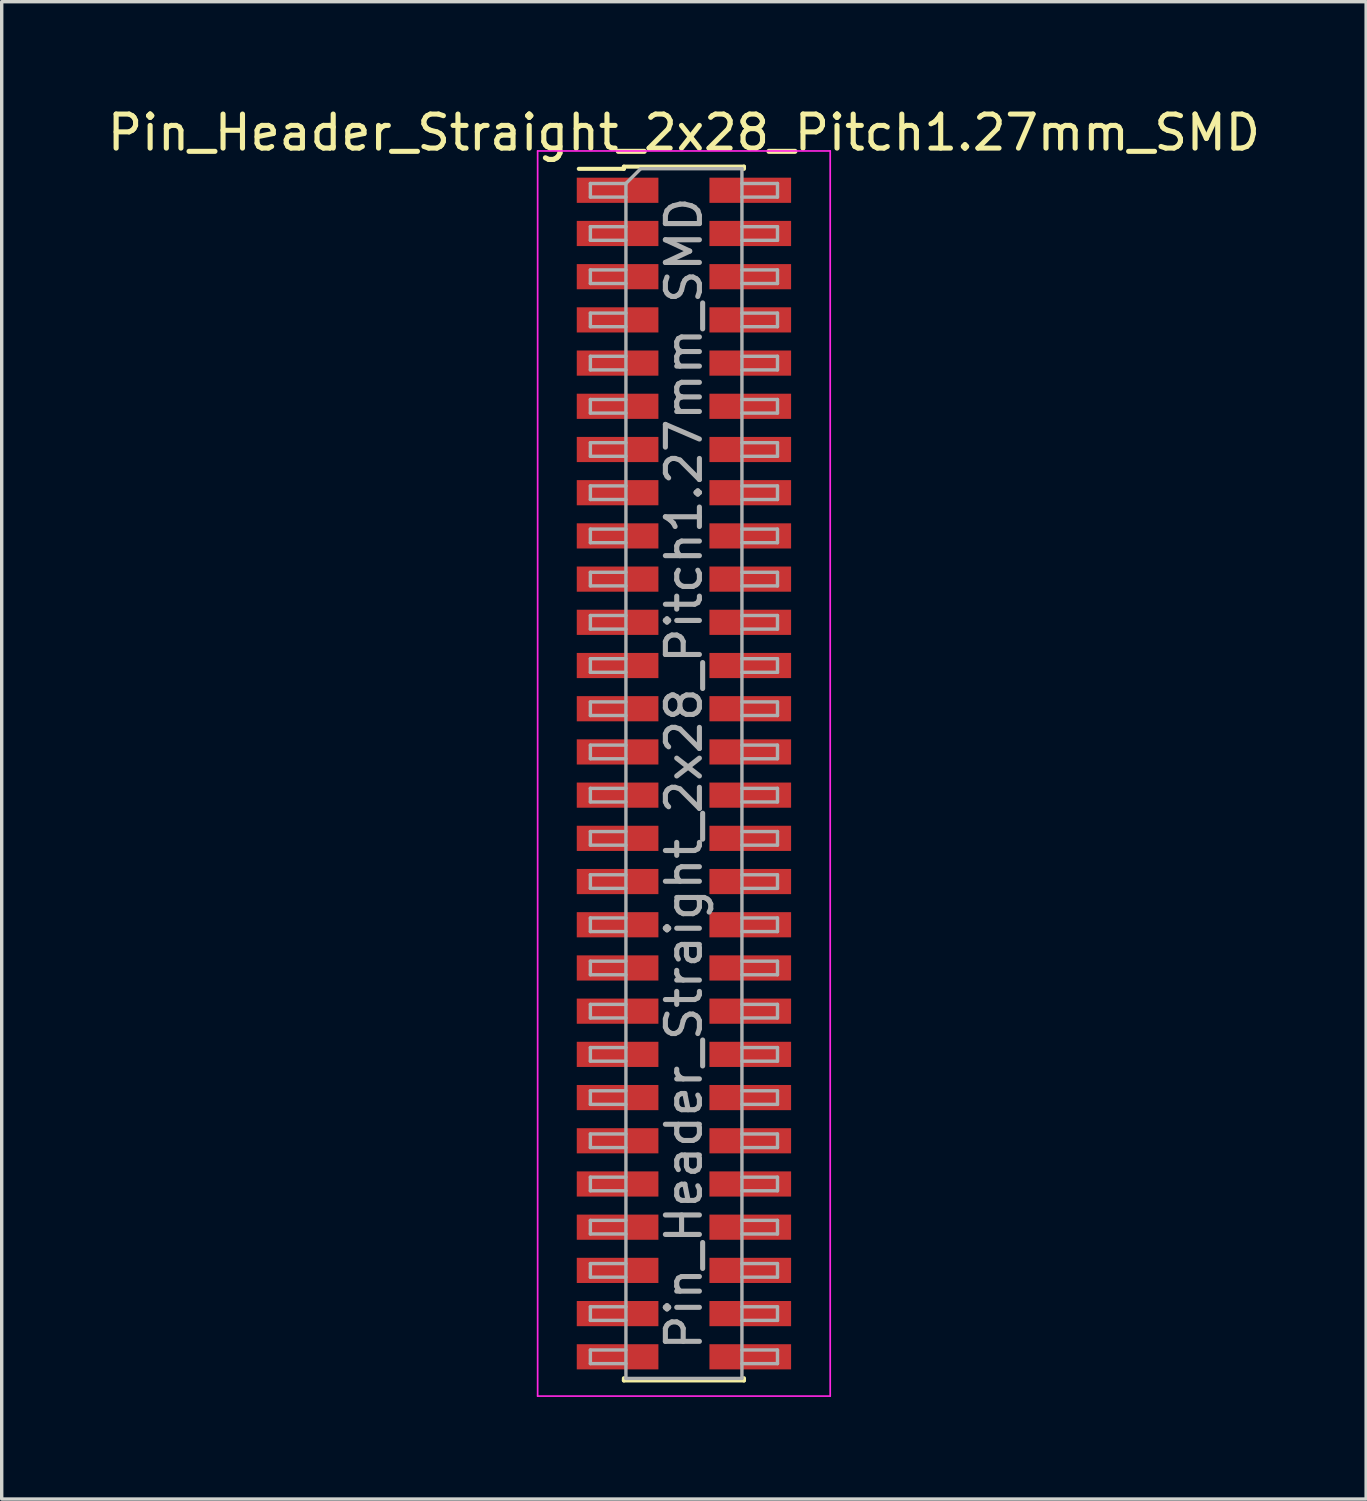
<source format=kicad_pcb>
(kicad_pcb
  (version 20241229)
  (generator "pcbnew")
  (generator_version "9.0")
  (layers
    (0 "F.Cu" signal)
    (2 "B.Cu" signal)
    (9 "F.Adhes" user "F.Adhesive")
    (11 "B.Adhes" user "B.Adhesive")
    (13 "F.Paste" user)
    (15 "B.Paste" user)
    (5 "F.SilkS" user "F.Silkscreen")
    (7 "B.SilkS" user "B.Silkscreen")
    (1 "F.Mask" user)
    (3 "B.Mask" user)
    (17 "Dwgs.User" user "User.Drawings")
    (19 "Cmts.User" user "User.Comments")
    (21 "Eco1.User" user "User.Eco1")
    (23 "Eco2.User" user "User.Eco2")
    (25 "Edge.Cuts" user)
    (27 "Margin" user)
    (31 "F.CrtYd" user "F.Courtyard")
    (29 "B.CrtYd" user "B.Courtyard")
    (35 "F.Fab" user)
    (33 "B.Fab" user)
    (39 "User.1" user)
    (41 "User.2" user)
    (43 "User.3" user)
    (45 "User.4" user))
  (footprint "Pin_Header_Straight_2x28_Pitch1.27mm_SMD"
    (layer "F.Cu")
    (at 17.054 19.688)
    (property "Reference" "Pin_Header_Straight_2x28_Pitch1.27mm_SMD" (at 0 -18.84 0) (layer "F.SilkS") (effects (font (size 1 1) (thickness 0.15))))
    (attr smd)
    (fp_line (start -3.09 -17.775) (end -1.765 -17.775) (stroke (width 0.12) (type solid)) (layer "F.SilkS"))
    (fp_line (start -1.765 -17.84) (end -1.765 -17.775) (stroke (width 0.12) (type solid)) (layer "F.SilkS"))
    (fp_line (start -1.765 -17.84) (end 1.765 -17.84) (stroke (width 0.12) (type solid)) (layer "F.SilkS"))
    (fp_line (start -1.765 17.775) (end -1.765 17.84) (stroke (width 0.12) (type solid)) (layer "F.SilkS"))
    (fp_line (start -1.765 17.84) (end 1.765 17.84) (stroke (width 0.12) (type solid)) (layer "F.SilkS"))
    (fp_line (start 1.765 -17.84) (end 1.765 -17.775) (stroke (width 0.12) (type solid)) (layer "F.SilkS"))
    (fp_line (start 1.765 17.775) (end 1.765 17.84) (stroke (width 0.12) (type solid)) (layer "F.SilkS"))
    (fp_line (start -4.3 -18.3) (end -4.3 18.3) (stroke (width 0.05) (type solid)) (layer "F.CrtYd"))
    (fp_line (start -4.3 18.3) (end 4.3 18.3) (stroke (width 0.05) (type solid)) (layer "F.CrtYd"))
    (fp_line (start 4.3 -18.3) (end -4.3 -18.3) (stroke (width 0.05) (type solid)) (layer "F.CrtYd"))
    (fp_line (start 4.3 18.3) (end 4.3 -18.3) (stroke (width 0.05) (type solid)) (layer "F.CrtYd"))
    (fp_line (start -2.75 -17.345) (end -2.75 -16.945) (stroke (width 0.1) (type solid)) (layer "F.Fab"))
    (fp_line (start -2.75 -16.945) (end -1.705 -16.945) (stroke (width 0.1) (type solid)) (layer "F.Fab"))
    (fp_line (start -2.75 -16.075) (end -2.75 -15.675) (stroke (width 0.1) (type solid)) (layer "F.Fab"))
    (fp_line (start -2.75 -15.675) (end -1.705 -15.675) (stroke (width 0.1) (type solid)) (layer "F.Fab"))
    (fp_line (start -2.75 -14.805) (end -2.75 -14.405) (stroke (width 0.1) (type solid)) (layer "F.Fab"))
    (fp_line (start -2.75 -14.405) (end -1.705 -14.405) (stroke (width 0.1) (type solid)) (layer "F.Fab"))
    (fp_line (start -2.75 -13.535) (end -2.75 -13.135) (stroke (width 0.1) (type solid)) (layer "F.Fab"))
    (fp_line (start -2.75 -13.135) (end -1.705 -13.135) (stroke (width 0.1) (type solid)) (layer "F.Fab"))
    (fp_line (start -2.75 -12.265) (end -2.75 -11.865) (stroke (width 0.1) (type solid)) (layer "F.Fab"))
    (fp_line (start -2.75 -11.865) (end -1.705 -11.865) (stroke (width 0.1) (type solid)) (layer "F.Fab"))
    (fp_line (start -2.75 -10.995) (end -2.75 -10.595) (stroke (width 0.1) (type solid)) (layer "F.Fab"))
    (fp_line (start -2.75 -10.595) (end -1.705 -10.595) (stroke (width 0.1) (type solid)) (layer "F.Fab"))
    (fp_line (start -2.75 -9.725) (end -2.75 -9.325) (stroke (width 0.1) (type solid)) (layer "F.Fab"))
    (fp_line (start -2.75 -9.325) (end -1.705 -9.325) (stroke (width 0.1) (type solid)) (layer "F.Fab"))
    (fp_line (start -2.75 -8.455) (end -2.75 -8.055) (stroke (width 0.1) (type solid)) (layer "F.Fab"))
    (fp_line (start -2.75 -8.055) (end -1.705 -8.055) (stroke (width 0.1) (type solid)) (layer "F.Fab"))
    (fp_line (start -2.75 -7.185) (end -2.75 -6.785) (stroke (width 0.1) (type solid)) (layer "F.Fab"))
    (fp_line (start -2.75 -6.785) (end -1.705 -6.785) (stroke (width 0.1) (type solid)) (layer "F.Fab"))
    (fp_line (start -2.75 -5.915) (end -2.75 -5.515) (stroke (width 0.1) (type solid)) (layer "F.Fab"))
    (fp_line (start -2.75 -5.515) (end -1.705 -5.515) (stroke (width 0.1) (type solid)) (layer "F.Fab"))
    (fp_line (start -2.75 -4.645) (end -2.75 -4.245) (stroke (width 0.1) (type solid)) (layer "F.Fab"))
    (fp_line (start -2.75 -4.245) (end -1.705 -4.245) (stroke (width 0.1) (type solid)) (layer "F.Fab"))
    (fp_line (start -2.75 -3.375) (end -2.75 -2.975) (stroke (width 0.1) (type solid)) (layer "F.Fab"))
    (fp_line (start -2.75 -2.975) (end -1.705 -2.975) (stroke (width 0.1) (type solid)) (layer "F.Fab"))
    (fp_line (start -2.75 -2.105) (end -2.75 -1.705) (stroke (width 0.1) (type solid)) (layer "F.Fab"))
    (fp_line (start -2.75 -1.705) (end -1.705 -1.705) (stroke (width 0.1) (type solid)) (layer "F.Fab"))
    (fp_line (start -2.75 -0.835) (end -2.75 -0.435) (stroke (width 0.1) (type solid)) (layer "F.Fab"))
    (fp_line (start -2.75 -0.435) (end -1.705 -0.435) (stroke (width 0.1) (type solid)) (layer "F.Fab"))
    (fp_line (start -2.75 0.435) (end -2.75 0.835) (stroke (width 0.1) (type solid)) (layer "F.Fab"))
    (fp_line (start -2.75 0.835) (end -1.705 0.835) (stroke (width 0.1) (type solid)) (layer "F.Fab"))
    (fp_line (start -2.75 1.705) (end -2.75 2.105) (stroke (width 0.1) (type solid)) (layer "F.Fab"))
    (fp_line (start -2.75 2.105) (end -1.705 2.105) (stroke (width 0.1) (type solid)) (layer "F.Fab"))
    (fp_line (start -2.75 2.975) (end -2.75 3.375) (stroke (width 0.1) (type solid)) (layer "F.Fab"))
    (fp_line (start -2.75 3.375) (end -1.705 3.375) (stroke (width 0.1) (type solid)) (layer "F.Fab"))
    (fp_line (start -2.75 4.245) (end -2.75 4.645) (stroke (width 0.1) (type solid)) (layer "F.Fab"))
    (fp_line (start -2.75 4.645) (end -1.705 4.645) (stroke (width 0.1) (type solid)) (layer "F.Fab"))
    (fp_line (start -2.75 5.515) (end -2.75 5.915) (stroke (width 0.1) (type solid)) (layer "F.Fab"))
    (fp_line (start -2.75 5.915) (end -1.705 5.915) (stroke (width 0.1) (type solid)) (layer "F.Fab"))
    (fp_line (start -2.75 6.785) (end -2.75 7.185) (stroke (width 0.1) (type solid)) (layer "F.Fab"))
    (fp_line (start -2.75 7.185) (end -1.705 7.185) (stroke (width 0.1) (type solid)) (layer "F.Fab"))
    (fp_line (start -2.75 8.055) (end -2.75 8.455) (stroke (width 0.1) (type solid)) (layer "F.Fab"))
    (fp_line (start -2.75 8.455) (end -1.705 8.455) (stroke (width 0.1) (type solid)) (layer "F.Fab"))
    (fp_line (start -2.75 9.325) (end -2.75 9.725) (stroke (width 0.1) (type solid)) (layer "F.Fab"))
    (fp_line (start -2.75 9.725) (end -1.705 9.725) (stroke (width 0.1) (type solid)) (layer "F.Fab"))
    (fp_line (start -2.75 10.595) (end -2.75 10.995) (stroke (width 0.1) (type solid)) (layer "F.Fab"))
    (fp_line (start -2.75 10.995) (end -1.705 10.995) (stroke (width 0.1) (type solid)) (layer "F.Fab"))
    (fp_line (start -2.75 11.865) (end -2.75 12.265) (stroke (width 0.1) (type solid)) (layer "F.Fab"))
    (fp_line (start -2.75 12.265) (end -1.705 12.265) (stroke (width 0.1) (type solid)) (layer "F.Fab"))
    (fp_line (start -2.75 13.135) (end -2.75 13.535) (stroke (width 0.1) (type solid)) (layer "F.Fab"))
    (fp_line (start -2.75 13.535) (end -1.705 13.535) (stroke (width 0.1) (type solid)) (layer "F.Fab"))
    (fp_line (start -2.75 14.405) (end -2.75 14.805) (stroke (width 0.1) (type solid)) (layer "F.Fab"))
    (fp_line (start -2.75 14.805) (end -1.705 14.805) (stroke (width 0.1) (type solid)) (layer "F.Fab"))
    (fp_line (start -2.75 15.675) (end -2.75 16.075) (stroke (width 0.1) (type solid)) (layer "F.Fab"))
    (fp_line (start -2.75 16.075) (end -1.705 16.075) (stroke (width 0.1) (type solid)) (layer "F.Fab"))
    (fp_line (start -2.75 16.945) (end -2.75 17.345) (stroke (width 0.1) (type solid)) (layer "F.Fab"))
    (fp_line (start -2.75 17.345) (end -1.705 17.345) (stroke (width 0.1) (type solid)) (layer "F.Fab"))
    (fp_line (start -1.705 -17.345) (end -2.75 -17.345) (stroke (width 0.1) (type solid)) (layer "F.Fab"))
    (fp_line (start -1.705 -17.345) (end -1.27 -17.78) (stroke (width 0.1) (type solid)) (layer "F.Fab"))
    (fp_line (start -1.705 -16.075) (end -2.75 -16.075) (stroke (width 0.1) (type solid)) (layer "F.Fab"))
    (fp_line (start -1.705 -14.805) (end -2.75 -14.805) (stroke (width 0.1) (type solid)) (layer "F.Fab"))
    (fp_line (start -1.705 -13.535) (end -2.75 -13.535) (stroke (width 0.1) (type solid)) (layer "F.Fab"))
    (fp_line (start -1.705 -12.265) (end -2.75 -12.265) (stroke (width 0.1) (type solid)) (layer "F.Fab"))
    (fp_line (start -1.705 -10.995) (end -2.75 -10.995) (stroke (width 0.1) (type solid)) (layer "F.Fab"))
    (fp_line (start -1.705 -9.725) (end -2.75 -9.725) (stroke (width 0.1) (type solid)) (layer "F.Fab"))
    (fp_line (start -1.705 -8.455) (end -2.75 -8.455) (stroke (width 0.1) (type solid)) (layer "F.Fab"))
    (fp_line (start -1.705 -7.185) (end -2.75 -7.185) (stroke (width 0.1) (type solid)) (layer "F.Fab"))
    (fp_line (start -1.705 -5.915) (end -2.75 -5.915) (stroke (width 0.1) (type solid)) (layer "F.Fab"))
    (fp_line (start -1.705 -4.645) (end -2.75 -4.645) (stroke (width 0.1) (type solid)) (layer "F.Fab"))
    (fp_line (start -1.705 -3.375) (end -2.75 -3.375) (stroke (width 0.1) (type solid)) (layer "F.Fab"))
    (fp_line (start -1.705 -2.105) (end -2.75 -2.105) (stroke (width 0.1) (type solid)) (layer "F.Fab"))
    (fp_line (start -1.705 -0.835) (end -2.75 -0.835) (stroke (width 0.1) (type solid)) (layer "F.Fab"))
    (fp_line (start -1.705 0.435) (end -2.75 0.435) (stroke (width 0.1) (type solid)) (layer "F.Fab"))
    (fp_line (start -1.705 1.705) (end -2.75 1.705) (stroke (width 0.1) (type solid)) (layer "F.Fab"))
    (fp_line (start -1.705 2.975) (end -2.75 2.975) (stroke (width 0.1) (type solid)) (layer "F.Fab"))
    (fp_line (start -1.705 4.245) (end -2.75 4.245) (stroke (width 0.1) (type solid)) (layer "F.Fab"))
    (fp_line (start -1.705 5.515) (end -2.75 5.515) (stroke (width 0.1) (type solid)) (layer "F.Fab"))
    (fp_line (start -1.705 6.785) (end -2.75 6.785) (stroke (width 0.1) (type solid)) (layer "F.Fab"))
    (fp_line (start -1.705 8.055) (end -2.75 8.055) (stroke (width 0.1) (type solid)) (layer "F.Fab"))
    (fp_line (start -1.705 9.325) (end -2.75 9.325) (stroke (width 0.1) (type solid)) (layer "F.Fab"))
    (fp_line (start -1.705 10.595) (end -2.75 10.595) (stroke (width 0.1) (type solid)) (layer "F.Fab"))
    (fp_line (start -1.705 11.865) (end -2.75 11.865) (stroke (width 0.1) (type solid)) (layer "F.Fab"))
    (fp_line (start -1.705 13.135) (end -2.75 13.135) (stroke (width 0.1) (type solid)) (layer "F.Fab"))
    (fp_line (start -1.705 14.405) (end -2.75 14.405) (stroke (width 0.1) (type solid)) (layer "F.Fab"))
    (fp_line (start -1.705 15.675) (end -2.75 15.675) (stroke (width 0.1) (type solid)) (layer "F.Fab"))
    (fp_line (start -1.705 16.945) (end -2.75 16.945) (stroke (width 0.1) (type solid)) (layer "F.Fab"))
    (fp_line (start -1.705 17.78) (end -1.705 -17.345) (stroke (width 0.1) (type solid)) (layer "F.Fab"))
    (fp_line (start -1.27 -17.78) (end 1.705 -17.78) (stroke (width 0.1) (type solid)) (layer "F.Fab"))
    (fp_line (start 1.705 -17.78) (end 1.705 17.78) (stroke (width 0.1) (type solid)) (layer "F.Fab"))
    (fp_line (start 1.705 -17.345) (end 2.75 -17.345) (stroke (width 0.1) (type solid)) (layer "F.Fab"))
    (fp_line (start 1.705 -16.075) (end 2.75 -16.075) (stroke (width 0.1) (type solid)) (layer "F.Fab"))
    (fp_line (start 1.705 -14.805) (end 2.75 -14.805) (stroke (width 0.1) (type solid)) (layer "F.Fab"))
    (fp_line (start 1.705 -13.535) (end 2.75 -13.535) (stroke (width 0.1) (type solid)) (layer "F.Fab"))
    (fp_line (start 1.705 -12.265) (end 2.75 -12.265) (stroke (width 0.1) (type solid)) (layer "F.Fab"))
    (fp_line (start 1.705 -10.995) (end 2.75 -10.995) (stroke (width 0.1) (type solid)) (layer "F.Fab"))
    (fp_line (start 1.705 -9.725) (end 2.75 -9.725) (stroke (width 0.1) (type solid)) (layer "F.Fab"))
    (fp_line (start 1.705 -8.455) (end 2.75 -8.455) (stroke (width 0.1) (type solid)) (layer "F.Fab"))
    (fp_line (start 1.705 -7.185) (end 2.75 -7.185) (stroke (width 0.1) (type solid)) (layer "F.Fab"))
    (fp_line (start 1.705 -5.915) (end 2.75 -5.915) (stroke (width 0.1) (type solid)) (layer "F.Fab"))
    (fp_line (start 1.705 -4.645) (end 2.75 -4.645) (stroke (width 0.1) (type solid)) (layer "F.Fab"))
    (fp_line (start 1.705 -3.375) (end 2.75 -3.375) (stroke (width 0.1) (type solid)) (layer "F.Fab"))
    (fp_line (start 1.705 -2.105) (end 2.75 -2.105) (stroke (width 0.1) (type solid)) (layer "F.Fab"))
    (fp_line (start 1.705 -0.835) (end 2.75 -0.835) (stroke (width 0.1) (type solid)) (layer "F.Fab"))
    (fp_line (start 1.705 0.435) (end 2.75 0.435) (stroke (width 0.1) (type solid)) (layer "F.Fab"))
    (fp_line (start 1.705 1.705) (end 2.75 1.705) (stroke (width 0.1) (type solid)) (layer "F.Fab"))
    (fp_line (start 1.705 2.975) (end 2.75 2.975) (stroke (width 0.1) (type solid)) (layer "F.Fab"))
    (fp_line (start 1.705 4.245) (end 2.75 4.245) (stroke (width 0.1) (type solid)) (layer "F.Fab"))
    (fp_line (start 1.705 5.515) (end 2.75 5.515) (stroke (width 0.1) (type solid)) (layer "F.Fab"))
    (fp_line (start 1.705 6.785) (end 2.75 6.785) (stroke (width 0.1) (type solid)) (layer "F.Fab"))
    (fp_line (start 1.705 8.055) (end 2.75 8.055) (stroke (width 0.1) (type solid)) (layer "F.Fab"))
    (fp_line (start 1.705 9.325) (end 2.75 9.325) (stroke (width 0.1) (type solid)) (layer "F.Fab"))
    (fp_line (start 1.705 10.595) (end 2.75 10.595) (stroke (width 0.1) (type solid)) (layer "F.Fab"))
    (fp_line (start 1.705 11.865) (end 2.75 11.865) (stroke (width 0.1) (type solid)) (layer "F.Fab"))
    (fp_line (start 1.705 13.135) (end 2.75 13.135) (stroke (width 0.1) (type solid)) (layer "F.Fab"))
    (fp_line (start 1.705 14.405) (end 2.75 14.405) (stroke (width 0.1) (type solid)) (layer "F.Fab"))
    (fp_line (start 1.705 15.675) (end 2.75 15.675) (stroke (width 0.1) (type solid)) (layer "F.Fab"))
    (fp_line (start 1.705 16.945) (end 2.75 16.945) (stroke (width 0.1) (type solid)) (layer "F.Fab"))
    (fp_line (start 1.705 17.78) (end -1.705 17.78) (stroke (width 0.1) (type solid)) (layer "F.Fab"))
    (fp_line (start 2.75 -17.345) (end 2.75 -16.945) (stroke (width 0.1) (type solid)) (layer "F.Fab"))
    (fp_line (start 2.75 -16.945) (end 1.705 -16.945) (stroke (width 0.1) (type solid)) (layer "F.Fab"))
    (fp_line (start 2.75 -16.075) (end 2.75 -15.675) (stroke (width 0.1) (type solid)) (layer "F.Fab"))
    (fp_line (start 2.75 -15.675) (end 1.705 -15.675) (stroke (width 0.1) (type solid)) (layer "F.Fab"))
    (fp_line (start 2.75 -14.805) (end 2.75 -14.405) (stroke (width 0.1) (type solid)) (layer "F.Fab"))
    (fp_line (start 2.75 -14.405) (end 1.705 -14.405) (stroke (width 0.1) (type solid)) (layer "F.Fab"))
    (fp_line (start 2.75 -13.535) (end 2.75 -13.135) (stroke (width 0.1) (type solid)) (layer "F.Fab"))
    (fp_line (start 2.75 -13.135) (end 1.705 -13.135) (stroke (width 0.1) (type solid)) (layer "F.Fab"))
    (fp_line (start 2.75 -12.265) (end 2.75 -11.865) (stroke (width 0.1) (type solid)) (layer "F.Fab"))
    (fp_line (start 2.75 -11.865) (end 1.705 -11.865) (stroke (width 0.1) (type solid)) (layer "F.Fab"))
    (fp_line (start 2.75 -10.995) (end 2.75 -10.595) (stroke (width 0.1) (type solid)) (layer "F.Fab"))
    (fp_line (start 2.75 -10.595) (end 1.705 -10.595) (stroke (width 0.1) (type solid)) (layer "F.Fab"))
    (fp_line (start 2.75 -9.725) (end 2.75 -9.325) (stroke (width 0.1) (type solid)) (layer "F.Fab"))
    (fp_line (start 2.75 -9.325) (end 1.705 -9.325) (stroke (width 0.1) (type solid)) (layer "F.Fab"))
    (fp_line (start 2.75 -8.455) (end 2.75 -8.055) (stroke (width 0.1) (type solid)) (layer "F.Fab"))
    (fp_line (start 2.75 -8.055) (end 1.705 -8.055) (stroke (width 0.1) (type solid)) (layer "F.Fab"))
    (fp_line (start 2.75 -7.185) (end 2.75 -6.785) (stroke (width 0.1) (type solid)) (layer "F.Fab"))
    (fp_line (start 2.75 -6.785) (end 1.705 -6.785) (stroke (width 0.1) (type solid)) (layer "F.Fab"))
    (fp_line (start 2.75 -5.915) (end 2.75 -5.515) (stroke (width 0.1) (type solid)) (layer "F.Fab"))
    (fp_line (start 2.75 -5.515) (end 1.705 -5.515) (stroke (width 0.1) (type solid)) (layer "F.Fab"))
    (fp_line (start 2.75 -4.645) (end 2.75 -4.245) (stroke (width 0.1) (type solid)) (layer "F.Fab"))
    (fp_line (start 2.75 -4.245) (end 1.705 -4.245) (stroke (width 0.1) (type solid)) (layer "F.Fab"))
    (fp_line (start 2.75 -3.375) (end 2.75 -2.975) (stroke (width 0.1) (type solid)) (layer "F.Fab"))
    (fp_line (start 2.75 -2.975) (end 1.705 -2.975) (stroke (width 0.1) (type solid)) (layer "F.Fab"))
    (fp_line (start 2.75 -2.105) (end 2.75 -1.705) (stroke (width 0.1) (type solid)) (layer "F.Fab"))
    (fp_line (start 2.75 -1.705) (end 1.705 -1.705) (stroke (width 0.1) (type solid)) (layer "F.Fab"))
    (fp_line (start 2.75 -0.835) (end 2.75 -0.435) (stroke (width 0.1) (type solid)) (layer "F.Fab"))
    (fp_line (start 2.75 -0.435) (end 1.705 -0.435) (stroke (width 0.1) (type solid)) (layer "F.Fab"))
    (fp_line (start 2.75 0.435) (end 2.75 0.835) (stroke (width 0.1) (type solid)) (layer "F.Fab"))
    (fp_line (start 2.75 0.835) (end 1.705 0.835) (stroke (width 0.1) (type solid)) (layer "F.Fab"))
    (fp_line (start 2.75 1.705) (end 2.75 2.105) (stroke (width 0.1) (type solid)) (layer "F.Fab"))
    (fp_line (start 2.75 2.105) (end 1.705 2.105) (stroke (width 0.1) (type solid)) (layer "F.Fab"))
    (fp_line (start 2.75 2.975) (end 2.75 3.375) (stroke (width 0.1) (type solid)) (layer "F.Fab"))
    (fp_line (start 2.75 3.375) (end 1.705 3.375) (stroke (width 0.1) (type solid)) (layer "F.Fab"))
    (fp_line (start 2.75 4.245) (end 2.75 4.645) (stroke (width 0.1) (type solid)) (layer "F.Fab"))
    (fp_line (start 2.75 4.645) (end 1.705 4.645) (stroke (width 0.1) (type solid)) (layer "F.Fab"))
    (fp_line (start 2.75 5.515) (end 2.75 5.915) (stroke (width 0.1) (type solid)) (layer "F.Fab"))
    (fp_line (start 2.75 5.915) (end 1.705 5.915) (stroke (width 0.1) (type solid)) (layer "F.Fab"))
    (fp_line (start 2.75 6.785) (end 2.75 7.185) (stroke (width 0.1) (type solid)) (layer "F.Fab"))
    (fp_line (start 2.75 7.185) (end 1.705 7.185) (stroke (width 0.1) (type solid)) (layer "F.Fab"))
    (fp_line (start 2.75 8.055) (end 2.75 8.455) (stroke (width 0.1) (type solid)) (layer "F.Fab"))
    (fp_line (start 2.75 8.455) (end 1.705 8.455) (stroke (width 0.1) (type solid)) (layer "F.Fab"))
    (fp_line (start 2.75 9.325) (end 2.75 9.725) (stroke (width 0.1) (type solid)) (layer "F.Fab"))
    (fp_line (start 2.75 9.725) (end 1.705 9.725) (stroke (width 0.1) (type solid)) (layer "F.Fab"))
    (fp_line (start 2.75 10.595) (end 2.75 10.995) (stroke (width 0.1) (type solid)) (layer "F.Fab"))
    (fp_line (start 2.75 10.995) (end 1.705 10.995) (stroke (width 0.1) (type solid)) (layer "F.Fab"))
    (fp_line (start 2.75 11.865) (end 2.75 12.265) (stroke (width 0.1) (type solid)) (layer "F.Fab"))
    (fp_line (start 2.75 12.265) (end 1.705 12.265) (stroke (width 0.1) (type solid)) (layer "F.Fab"))
    (fp_line (start 2.75 13.135) (end 2.75 13.535) (stroke (width 0.1) (type solid)) (layer "F.Fab"))
    (fp_line (start 2.75 13.535) (end 1.705 13.535) (stroke (width 0.1) (type solid)) (layer "F.Fab"))
    (fp_line (start 2.75 14.405) (end 2.75 14.805) (stroke (width 0.1) (type solid)) (layer "F.Fab"))
    (fp_line (start 2.75 14.805) (end 1.705 14.805) (stroke (width 0.1) (type solid)) (layer "F.Fab"))
    (fp_line (start 2.75 15.675) (end 2.75 16.075) (stroke (width 0.1) (type solid)) (layer "F.Fab"))
    (fp_line (start 2.75 16.075) (end 1.705 16.075) (stroke (width 0.1) (type solid)) (layer "F.Fab"))
    (fp_line (start 2.75 16.945) (end 2.75 17.345) (stroke (width 0.1) (type solid)) (layer "F.Fab"))
    (fp_line (start 2.75 17.345) (end 1.705 17.345) (stroke (width 0.1) (type solid)) (layer "F.Fab"))
    (fp_text user "${REFERENCE}" (at 0 0 90) (layer "F.Fab") (effects (font (size 1 1) (thickness 0.15))))
    (pad "1" smd rect (at -1.95 -17.145) (size 2.4 0.74) (layers "F.Cu" "F.Mask" "F.Paste"))
    (pad "2" smd rect (at 1.95 -17.145) (size 2.4 0.74) (layers "F.Cu" "F.Mask" "F.Paste"))
    (pad "3" smd rect (at -1.95 -15.875) (size 2.4 0.74) (layers "F.Cu" "F.Mask" "F.Paste"))
    (pad "4" smd rect (at 1.95 -15.875) (size 2.4 0.74) (layers "F.Cu" "F.Mask" "F.Paste"))
    (pad "5" smd rect (at -1.95 -14.605) (size 2.4 0.74) (layers "F.Cu" "F.Mask" "F.Paste"))
    (pad "6" smd rect (at 1.95 -14.605) (size 2.4 0.74) (layers "F.Cu" "F.Mask" "F.Paste"))
    (pad "7" smd rect (at -1.95 -13.335) (size 2.4 0.74) (layers "F.Cu" "F.Mask" "F.Paste"))
    (pad "8" smd rect (at 1.95 -13.335) (size 2.4 0.74) (layers "F.Cu" "F.Mask" "F.Paste"))
    (pad "9" smd rect (at -1.95 -12.065) (size 2.4 0.74) (layers "F.Cu" "F.Mask" "F.Paste"))
    (pad "10" smd rect (at 1.95 -12.065) (size 2.4 0.74) (layers "F.Cu" "F.Mask" "F.Paste"))
    (pad "11" smd rect (at -1.95 -10.795) (size 2.4 0.74) (layers "F.Cu" "F.Mask" "F.Paste"))
    (pad "12" smd rect (at 1.95 -10.795) (size 2.4 0.74) (layers "F.Cu" "F.Mask" "F.Paste"))
    (pad "13" smd rect (at -1.95 -9.525) (size 2.4 0.74) (layers "F.Cu" "F.Mask" "F.Paste"))
    (pad "14" smd rect (at 1.95 -9.525) (size 2.4 0.74) (layers "F.Cu" "F.Mask" "F.Paste"))
    (pad "15" smd rect (at -1.95 -8.255) (size 2.4 0.74) (layers "F.Cu" "F.Mask" "F.Paste"))
    (pad "16" smd rect (at 1.95 -8.255) (size 2.4 0.74) (layers "F.Cu" "F.Mask" "F.Paste"))
    (pad "17" smd rect (at -1.95 -6.985) (size 2.4 0.74) (layers "F.Cu" "F.Mask" "F.Paste"))
    (pad "18" smd rect (at 1.95 -6.985) (size 2.4 0.74) (layers "F.Cu" "F.Mask" "F.Paste"))
    (pad "19" smd rect (at -1.95 -5.715) (size 2.4 0.74) (layers "F.Cu" "F.Mask" "F.Paste"))
    (pad "20" smd rect (at 1.95 -5.715) (size 2.4 0.74) (layers "F.Cu" "F.Mask" "F.Paste"))
    (pad "21" smd rect (at -1.95 -4.445) (size 2.4 0.74) (layers "F.Cu" "F.Mask" "F.Paste"))
    (pad "22" smd rect (at 1.95 -4.445) (size 2.4 0.74) (layers "F.Cu" "F.Mask" "F.Paste"))
    (pad "23" smd rect (at -1.95 -3.175) (size 2.4 0.74) (layers "F.Cu" "F.Mask" "F.Paste"))
    (pad "24" smd rect (at 1.95 -3.175) (size 2.4 0.74) (layers "F.Cu" "F.Mask" "F.Paste"))
    (pad "25" smd rect (at -1.95 -1.905) (size 2.4 0.74) (layers "F.Cu" "F.Mask" "F.Paste"))
    (pad "26" smd rect (at 1.95 -1.905) (size 2.4 0.74) (layers "F.Cu" "F.Mask" "F.Paste"))
    (pad "27" smd rect (at -1.95 -0.635) (size 2.4 0.74) (layers "F.Cu" "F.Mask" "F.Paste"))
    (pad "28" smd rect (at 1.95 -0.635) (size 2.4 0.74) (layers "F.Cu" "F.Mask" "F.Paste"))
    (pad "29" smd rect (at -1.95 0.635) (size 2.4 0.74) (layers "F.Cu" "F.Mask" "F.Paste"))
    (pad "30" smd rect (at 1.95 0.635) (size 2.4 0.74) (layers "F.Cu" "F.Mask" "F.Paste"))
    (pad "31" smd rect (at -1.95 1.905) (size 2.4 0.74) (layers "F.Cu" "F.Mask" "F.Paste"))
    (pad "32" smd rect (at 1.95 1.905) (size 2.4 0.74) (layers "F.Cu" "F.Mask" "F.Paste"))
    (pad "33" smd rect (at -1.95 3.175) (size 2.4 0.74) (layers "F.Cu" "F.Mask" "F.Paste"))
    (pad "34" smd rect (at 1.95 3.175) (size 2.4 0.74) (layers "F.Cu" "F.Mask" "F.Paste"))
    (pad "35" smd rect (at -1.95 4.445) (size 2.4 0.74) (layers "F.Cu" "F.Mask" "F.Paste"))
    (pad "36" smd rect (at 1.95 4.445) (size 2.4 0.74) (layers "F.Cu" "F.Mask" "F.Paste"))
    (pad "37" smd rect (at -1.95 5.715) (size 2.4 0.74) (layers "F.Cu" "F.Mask" "F.Paste"))
    (pad "38" smd rect (at 1.95 5.715) (size 2.4 0.74) (layers "F.Cu" "F.Mask" "F.Paste"))
    (pad "39" smd rect (at -1.95 6.985) (size 2.4 0.74) (layers "F.Cu" "F.Mask" "F.Paste"))
    (pad "40" smd rect (at 1.95 6.985) (size 2.4 0.74) (layers "F.Cu" "F.Mask" "F.Paste"))
    (pad "41" smd rect (at -1.95 8.255) (size 2.4 0.74) (layers "F.Cu" "F.Mask" "F.Paste"))
    (pad "42" smd rect (at 1.95 8.255) (size 2.4 0.74) (layers "F.Cu" "F.Mask" "F.Paste"))
    (pad "43" smd rect (at -1.95 9.525) (size 2.4 0.74) (layers "F.Cu" "F.Mask" "F.Paste"))
    (pad "44" smd rect (at 1.95 9.525) (size 2.4 0.74) (layers "F.Cu" "F.Mask" "F.Paste"))
    (pad "45" smd rect (at -1.95 10.795) (size 2.4 0.74) (layers "F.Cu" "F.Mask" "F.Paste"))
    (pad "46" smd rect (at 1.95 10.795) (size 2.4 0.74) (layers "F.Cu" "F.Mask" "F.Paste"))
    (pad "47" smd rect (at -1.95 12.065) (size 2.4 0.74) (layers "F.Cu" "F.Mask" "F.Paste"))
    (pad "48" smd rect (at 1.95 12.065) (size 2.4 0.74) (layers "F.Cu" "F.Mask" "F.Paste"))
    (pad "49" smd rect (at -1.95 13.335) (size 2.4 0.74) (layers "F.Cu" "F.Mask" "F.Paste"))
    (pad "50" smd rect (at 1.95 13.335) (size 2.4 0.74) (layers "F.Cu" "F.Mask" "F.Paste"))
    (pad "51" smd rect (at -1.95 14.605) (size 2.4 0.74) (layers "F.Cu" "F.Mask" "F.Paste"))
    (pad "52" smd rect (at 1.95 14.605) (size 2.4 0.74) (layers "F.Cu" "F.Mask" "F.Paste"))
    (pad "53" smd rect (at -1.95 15.875) (size 2.4 0.74) (layers "F.Cu" "F.Mask" "F.Paste"))
    (pad "54" smd rect (at 1.95 15.875) (size 2.4 0.74) (layers "F.Cu" "F.Mask" "F.Paste"))
    (pad "55" smd rect (at -1.95 17.145) (size 2.4 0.74) (layers "F.Cu" "F.Mask" "F.Paste"))
    (pad "56" smd rect (at 1.95 17.145) (size 2.4 0.74) (layers "F.Cu" "F.Mask" "F.Paste")))
  (gr_rect
    (start -3 -3)
    (end 37.107 41.013)
    (stroke (width 0.1) (type default))
    (fill no)
    (layer "Edge.Cuts")))
</source>
